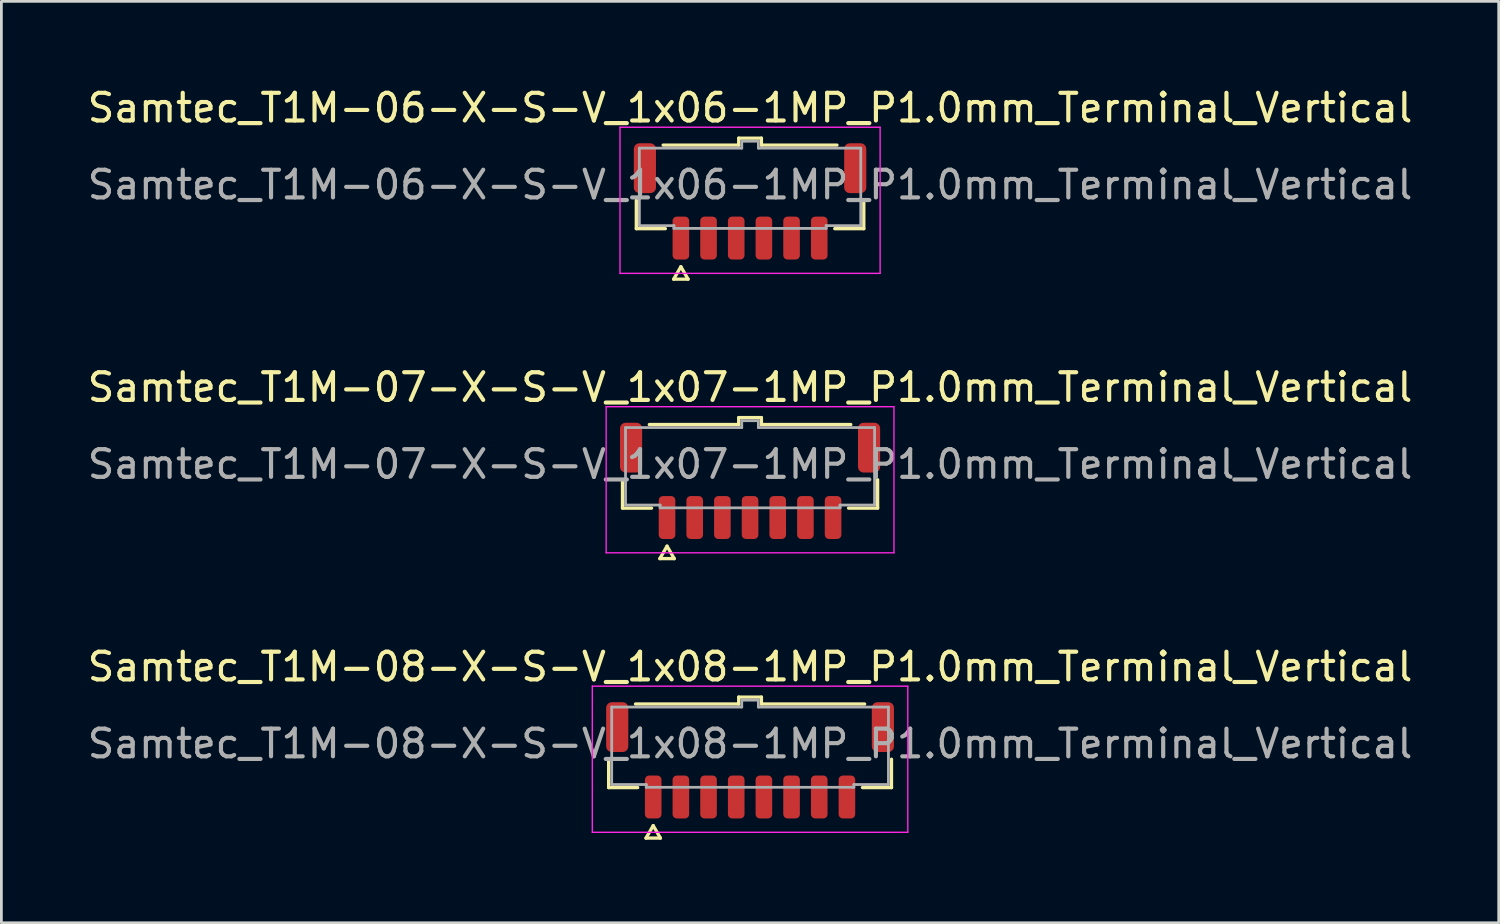
<source format=kicad_pcb>
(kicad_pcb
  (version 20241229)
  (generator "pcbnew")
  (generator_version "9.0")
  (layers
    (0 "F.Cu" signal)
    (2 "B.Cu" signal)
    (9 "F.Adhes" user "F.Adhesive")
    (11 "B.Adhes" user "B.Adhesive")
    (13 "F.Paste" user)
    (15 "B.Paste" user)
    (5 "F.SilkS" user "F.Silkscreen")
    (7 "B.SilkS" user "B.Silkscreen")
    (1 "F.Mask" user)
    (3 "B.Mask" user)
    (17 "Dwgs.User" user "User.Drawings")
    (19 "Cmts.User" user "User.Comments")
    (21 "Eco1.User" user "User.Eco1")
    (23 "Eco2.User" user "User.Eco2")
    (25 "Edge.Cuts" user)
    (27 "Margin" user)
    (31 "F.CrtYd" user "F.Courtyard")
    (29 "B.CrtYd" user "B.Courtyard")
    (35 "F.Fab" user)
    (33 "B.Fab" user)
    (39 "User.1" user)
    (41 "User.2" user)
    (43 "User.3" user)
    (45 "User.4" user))
  (footprint "Samtec_T1M-06-X-S-V_1x06-1MP_P1.0mm_Terminal_Vertical"
    (layer "F.Cu")
    (at 24.054 3.628)
    (property "Reference" "Samtec_T1M-06-X-S-V_1x06-1MP_P1.0mm_Terminal_Vertical" (at 0 -2.78 0) (layer "F.SilkS") (effects (font (size 1 1) (thickness 0.15))))
    (attr smd)
    (fp_line (start -4.11 1.585) (end -4.11 0.56) (stroke (width 0.12) (type solid)) (layer "F.SilkS"))
    (fp_line (start -3.14 -1.435) (end -0.41 -1.435) (stroke (width 0.12) (type solid)) (layer "F.SilkS"))
    (fp_line (start -3.06 1.585) (end -4.11 1.585) (stroke (width 0.12) (type solid)) (layer "F.SilkS"))
    (fp_line (start -2.76 3.41) (end -2.5 2.96) (stroke (width 0.12) (type solid)) (layer "F.SilkS"))
    (fp_line (start -2.5 2.96) (end -2.24 3.41) (stroke (width 0.12) (type solid)) (layer "F.SilkS"))
    (fp_line (start -2.24 3.41) (end -2.76 3.41) (stroke (width 0.12) (type solid)) (layer "F.SilkS"))
    (fp_line (start -0.41 -1.685) (end 0.41 -1.685) (stroke (width 0.12) (type solid)) (layer "F.SilkS"))
    (fp_line (start -0.41 -1.435) (end -0.41 -1.685) (stroke (width 0.12) (type solid)) (layer "F.SilkS"))
    (fp_line (start 0.41 -1.685) (end 0.41 -1.435) (stroke (width 0.12) (type solid)) (layer "F.SilkS"))
    (fp_line (start 0.41 -1.435) (end 3.14 -1.435) (stroke (width 0.12) (type solid)) (layer "F.SilkS"))
    (fp_line (start 4.11 0.56) (end 4.11 1.585) (stroke (width 0.12) (type solid)) (layer "F.SilkS"))
    (fp_line (start 4.11 1.585) (end 3.06 1.585) (stroke (width 0.12) (type solid)) (layer "F.SilkS"))
    (fp_line (start -4.7 -2.08) (end -4.7 3.2) (stroke (width 0.05) (type solid)) (layer "F.CrtYd"))
    (fp_line (start -4.7 3.2) (end 4.7 3.2) (stroke (width 0.05) (type solid)) (layer "F.CrtYd"))
    (fp_line (start 4.7 -2.08) (end -4.7 -2.08) (stroke (width 0.05) (type solid)) (layer "F.CrtYd"))
    (fp_line (start 4.7 3.2) (end 4.7 -2.08) (stroke (width 0.05) (type solid)) (layer "F.CrtYd"))
    (fp_line (start -4 -1.325) (end -0.3 -1.325) (stroke (width 0.1) (type solid)) (layer "F.Fab"))
    (fp_line (start -4 1.475) (end -4 -1.325) (stroke (width 0.1) (type solid)) (layer "F.Fab"))
    (fp_line (start -2.75 1.475) (end -4 1.475) (stroke (width 0.1) (type solid)) (layer "F.Fab"))
    (fp_line (start -2.75 1.575) (end -2.75 1.475) (stroke (width 0.1) (type solid)) (layer "F.Fab"))
    (fp_line (start -0.3 -1.575) (end 0.3 -1.575) (stroke (width 0.1) (type solid)) (layer "F.Fab"))
    (fp_line (start -0.3 -1.325) (end -0.3 -1.575) (stroke (width 0.1) (type solid)) (layer "F.Fab"))
    (fp_line (start 0.3 -1.575) (end 0.3 -1.325) (stroke (width 0.1) (type solid)) (layer "F.Fab"))
    (fp_line (start 0.3 -1.325) (end 4 -1.325) (stroke (width 0.1) (type solid)) (layer "F.Fab"))
    (fp_line (start 2.75 1.475) (end 2.75 1.575) (stroke (width 0.1) (type solid)) (layer "F.Fab"))
    (fp_line (start 2.75 1.575) (end -2.75 1.575) (stroke (width 0.1) (type solid)) (layer "F.Fab"))
    (fp_line (start 4 -1.325) (end 4 1.475) (stroke (width 0.1) (type solid)) (layer "F.Fab"))
    (fp_line (start 4 1.475) (end 2.75 1.475) (stroke (width 0.1) (type solid)) (layer "F.Fab"))
    (fp_text user "${REFERENCE}" (at 0 0 0) (layer "F.Fab") (effects (font (size 1 1) (thickness 0.15))))
    (pad "1" smd roundrect (at -2.5 1.925) (size 0.6 1.55) (layers "F.Cu" "F.Mask" "F.Paste") (roundrect_rratio 0.25))
    (pad "2" smd roundrect (at -1.5 1.925) (size 0.6 1.55) (layers "F.Cu" "F.Mask" "F.Paste") (roundrect_rratio 0.25))
    (pad "3" smd roundrect (at -0.5 1.925) (size 0.6 1.55) (layers "F.Cu" "F.Mask" "F.Paste") (roundrect_rratio 0.25))
    (pad "4" smd roundrect (at 0.5 1.925) (size 0.6 1.55) (layers "F.Cu" "F.Mask" "F.Paste") (roundrect_rratio 0.25))
    (pad "5" smd roundrect (at 1.5 1.925) (size 0.6 1.55) (layers "F.Cu" "F.Mask" "F.Paste") (roundrect_rratio 0.25))
    (pad "6" smd roundrect (at 2.5 1.925) (size 0.6 1.55) (layers "F.Cu" "F.Mask" "F.Paste") (roundrect_rratio 0.25))
    (pad "MP" smd roundrect (at -3.8 -0.6) (size 0.8 1.8) (layers "F.Cu" "F.Mask" "F.Paste") (roundrect_rratio 0.25))
    (pad "MP" smd roundrect (at 3.8 -0.6) (size 0.8 1.8) (layers "F.Cu" "F.Mask" "F.Paste") (roundrect_rratio 0.25)))
  (footprint "Samtec_T1M-07-X-S-V_1x07-1MP_P1.0mm_Terminal_Vertical"
    (layer "F.Cu")
    (at 24.054 13.726)
    (property "Reference" "Samtec_T1M-07-X-S-V_1x07-1MP_P1.0mm_Terminal_Vertical" (at 0 -2.78 0) (layer "F.SilkS") (effects (font (size 1 1) (thickness 0.15))))
    (attr smd)
    (fp_line (start -4.61 1.585) (end -4.61 0.56) (stroke (width 0.12) (type solid)) (layer "F.SilkS"))
    (fp_line (start -3.64 -1.435) (end -0.41 -1.435) (stroke (width 0.12) (type solid)) (layer "F.SilkS"))
    (fp_line (start -3.56 1.585) (end -4.61 1.585) (stroke (width 0.12) (type solid)) (layer "F.SilkS"))
    (fp_line (start -3.26 3.41) (end -3 2.96) (stroke (width 0.12) (type solid)) (layer "F.SilkS"))
    (fp_line (start -3 2.96) (end -2.74 3.41) (stroke (width 0.12) (type solid)) (layer "F.SilkS"))
    (fp_line (start -2.74 3.41) (end -3.26 3.41) (stroke (width 0.12) (type solid)) (layer "F.SilkS"))
    (fp_line (start -0.41 -1.685) (end 0.41 -1.685) (stroke (width 0.12) (type solid)) (layer "F.SilkS"))
    (fp_line (start -0.41 -1.435) (end -0.41 -1.685) (stroke (width 0.12) (type solid)) (layer "F.SilkS"))
    (fp_line (start 0.41 -1.685) (end 0.41 -1.435) (stroke (width 0.12) (type solid)) (layer "F.SilkS"))
    (fp_line (start 0.41 -1.435) (end 3.64 -1.435) (stroke (width 0.12) (type solid)) (layer "F.SilkS"))
    (fp_line (start 4.61 0.56) (end 4.61 1.585) (stroke (width 0.12) (type solid)) (layer "F.SilkS"))
    (fp_line (start 4.61 1.585) (end 3.56 1.585) (stroke (width 0.12) (type solid)) (layer "F.SilkS"))
    (fp_line (start -5.2 -2.08) (end -5.2 3.2) (stroke (width 0.05) (type solid)) (layer "F.CrtYd"))
    (fp_line (start -5.2 3.2) (end 5.2 3.2) (stroke (width 0.05) (type solid)) (layer "F.CrtYd"))
    (fp_line (start 5.2 -2.08) (end -5.2 -2.08) (stroke (width 0.05) (type solid)) (layer "F.CrtYd"))
    (fp_line (start 5.2 3.2) (end 5.2 -2.08) (stroke (width 0.05) (type solid)) (layer "F.CrtYd"))
    (fp_line (start -4.5 -1.325) (end -0.3 -1.325) (stroke (width 0.1) (type solid)) (layer "F.Fab"))
    (fp_line (start -4.5 1.475) (end -4.5 -1.325) (stroke (width 0.1) (type solid)) (layer "F.Fab"))
    (fp_line (start -3.25 1.475) (end -4.5 1.475) (stroke (width 0.1) (type solid)) (layer "F.Fab"))
    (fp_line (start -3.25 1.575) (end -3.25 1.475) (stroke (width 0.1) (type solid)) (layer "F.Fab"))
    (fp_line (start -0.3 -1.575) (end 0.3 -1.575) (stroke (width 0.1) (type solid)) (layer "F.Fab"))
    (fp_line (start -0.3 -1.325) (end -0.3 -1.575) (stroke (width 0.1) (type solid)) (layer "F.Fab"))
    (fp_line (start 0.3 -1.575) (end 0.3 -1.325) (stroke (width 0.1) (type solid)) (layer "F.Fab"))
    (fp_line (start 0.3 -1.325) (end 4.5 -1.325) (stroke (width 0.1) (type solid)) (layer "F.Fab"))
    (fp_line (start 3.25 1.475) (end 3.25 1.575) (stroke (width 0.1) (type solid)) (layer "F.Fab"))
    (fp_line (start 3.25 1.575) (end -3.25 1.575) (stroke (width 0.1) (type solid)) (layer "F.Fab"))
    (fp_line (start 4.5 -1.325) (end 4.5 1.475) (stroke (width 0.1) (type solid)) (layer "F.Fab"))
    (fp_line (start 4.5 1.475) (end 3.25 1.475) (stroke (width 0.1) (type solid)) (layer "F.Fab"))
    (fp_text user "${REFERENCE}" (at 0 0 0) (layer "F.Fab") (effects (font (size 1 1) (thickness 0.15))))
    (pad "1" smd roundrect (at -3 1.925) (size 0.6 1.55) (layers "F.Cu" "F.Mask" "F.Paste") (roundrect_rratio 0.25))
    (pad "2" smd roundrect (at -2 1.925) (size 0.6 1.55) (layers "F.Cu" "F.Mask" "F.Paste") (roundrect_rratio 0.25))
    (pad "3" smd roundrect (at -1 1.925) (size 0.6 1.55) (layers "F.Cu" "F.Mask" "F.Paste") (roundrect_rratio 0.25))
    (pad "4" smd roundrect (at 0 1.925) (size 0.6 1.55) (layers "F.Cu" "F.Mask" "F.Paste") (roundrect_rratio 0.25))
    (pad "5" smd roundrect (at 1 1.925) (size 0.6 1.55) (layers "F.Cu" "F.Mask" "F.Paste") (roundrect_rratio 0.25))
    (pad "6" smd roundrect (at 2 1.925) (size 0.6 1.55) (layers "F.Cu" "F.Mask" "F.Paste") (roundrect_rratio 0.25))
    (pad "7" smd roundrect (at 3 1.925) (size 0.6 1.55) (layers "F.Cu" "F.Mask" "F.Paste") (roundrect_rratio 0.25))
    (pad "MP" smd roundrect (at -4.3 -0.6) (size 0.8 1.8) (layers "F.Cu" "F.Mask" "F.Paste") (roundrect_rratio 0.25))
    (pad "MP" smd roundrect (at 4.3 -0.6) (size 0.8 1.8) (layers "F.Cu" "F.Mask" "F.Paste") (roundrect_rratio 0.25)))
  (footprint "Samtec_T1M-08-X-S-V_1x08-1MP_P1.0mm_Terminal_Vertical"
    (layer "F.Cu")
    (at 24.054 23.825)
    (property "Reference" "Samtec_T1M-08-X-S-V_1x08-1MP_P1.0mm_Terminal_Vertical" (at 0 -2.78 0) (layer "F.SilkS") (effects (font (size 1 1) (thickness 0.15))))
    (attr smd)
    (fp_line (start -5.11 1.585) (end -5.11 0.56) (stroke (width 0.12) (type solid)) (layer "F.SilkS"))
    (fp_line (start -4.14 -1.435) (end -0.41 -1.435) (stroke (width 0.12) (type solid)) (layer "F.SilkS"))
    (fp_line (start -4.06 1.585) (end -5.11 1.585) (stroke (width 0.12) (type solid)) (layer "F.SilkS"))
    (fp_line (start -3.76 3.41) (end -3.5 2.96) (stroke (width 0.12) (type solid)) (layer "F.SilkS"))
    (fp_line (start -3.5 2.96) (end -3.24 3.41) (stroke (width 0.12) (type solid)) (layer "F.SilkS"))
    (fp_line (start -3.24 3.41) (end -3.76 3.41) (stroke (width 0.12) (type solid)) (layer "F.SilkS"))
    (fp_line (start -0.41 -1.685) (end 0.41 -1.685) (stroke (width 0.12) (type solid)) (layer "F.SilkS"))
    (fp_line (start -0.41 -1.435) (end -0.41 -1.685) (stroke (width 0.12) (type solid)) (layer "F.SilkS"))
    (fp_line (start 0.41 -1.685) (end 0.41 -1.435) (stroke (width 0.12) (type solid)) (layer "F.SilkS"))
    (fp_line (start 0.41 -1.435) (end 4.14 -1.435) (stroke (width 0.12) (type solid)) (layer "F.SilkS"))
    (fp_line (start 5.11 0.56) (end 5.11 1.585) (stroke (width 0.12) (type solid)) (layer "F.SilkS"))
    (fp_line (start 5.11 1.585) (end 4.06 1.585) (stroke (width 0.12) (type solid)) (layer "F.SilkS"))
    (fp_line (start -5.7 -2.08) (end -5.7 3.2) (stroke (width 0.05) (type solid)) (layer "F.CrtYd"))
    (fp_line (start -5.7 3.2) (end 5.7 3.2) (stroke (width 0.05) (type solid)) (layer "F.CrtYd"))
    (fp_line (start 5.7 -2.08) (end -5.7 -2.08) (stroke (width 0.05) (type solid)) (layer "F.CrtYd"))
    (fp_line (start 5.7 3.2) (end 5.7 -2.08) (stroke (width 0.05) (type solid)) (layer "F.CrtYd"))
    (fp_line (start -5 -1.325) (end -0.3 -1.325) (stroke (width 0.1) (type solid)) (layer "F.Fab"))
    (fp_line (start -5 1.475) (end -5 -1.325) (stroke (width 0.1) (type solid)) (layer "F.Fab"))
    (fp_line (start -3.75 1.475) (end -5 1.475) (stroke (width 0.1) (type solid)) (layer "F.Fab"))
    (fp_line (start -3.75 1.575) (end -3.75 1.475) (stroke (width 0.1) (type solid)) (layer "F.Fab"))
    (fp_line (start -0.3 -1.575) (end 0.3 -1.575) (stroke (width 0.1) (type solid)) (layer "F.Fab"))
    (fp_line (start -0.3 -1.325) (end -0.3 -1.575) (stroke (width 0.1) (type solid)) (layer "F.Fab"))
    (fp_line (start 0.3 -1.575) (end 0.3 -1.325) (stroke (width 0.1) (type solid)) (layer "F.Fab"))
    (fp_line (start 0.3 -1.325) (end 5 -1.325) (stroke (width 0.1) (type solid)) (layer "F.Fab"))
    (fp_line (start 3.75 1.475) (end 3.75 1.575) (stroke (width 0.1) (type solid)) (layer "F.Fab"))
    (fp_line (start 3.75 1.575) (end -3.75 1.575) (stroke (width 0.1) (type solid)) (layer "F.Fab"))
    (fp_line (start 5 -1.325) (end 5 1.475) (stroke (width 0.1) (type solid)) (layer "F.Fab"))
    (fp_line (start 5 1.475) (end 3.75 1.475) (stroke (width 0.1) (type solid)) (layer "F.Fab"))
    (fp_text user "${REFERENCE}" (at 0 0 0) (layer "F.Fab") (effects (font (size 1 1) (thickness 0.15))))
    (pad "1" smd roundrect (at -3.5 1.925) (size 0.6 1.55) (layers "F.Cu" "F.Mask" "F.Paste") (roundrect_rratio 0.25))
    (pad "2" smd roundrect (at -2.5 1.925) (size 0.6 1.55) (layers "F.Cu" "F.Mask" "F.Paste") (roundrect_rratio 0.25))
    (pad "3" smd roundrect (at -1.5 1.925) (size 0.6 1.55) (layers "F.Cu" "F.Mask" "F.Paste") (roundrect_rratio 0.25))
    (pad "4" smd roundrect (at -0.5 1.925) (size 0.6 1.55) (layers "F.Cu" "F.Mask" "F.Paste") (roundrect_rratio 0.25))
    (pad "5" smd roundrect (at 0.5 1.925) (size 0.6 1.55) (layers "F.Cu" "F.Mask" "F.Paste") (roundrect_rratio 0.25))
    (pad "6" smd roundrect (at 1.5 1.925) (size 0.6 1.55) (layers "F.Cu" "F.Mask" "F.Paste") (roundrect_rratio 0.25))
    (pad "7" smd roundrect (at 2.5 1.925) (size 0.6 1.55) (layers "F.Cu" "F.Mask" "F.Paste") (roundrect_rratio 0.25))
    (pad "8" smd roundrect (at 3.5 1.925) (size 0.6 1.55) (layers "F.Cu" "F.Mask" "F.Paste") (roundrect_rratio 0.25))
    (pad "MP" smd roundrect (at -4.8 -0.6) (size 0.8 1.8) (layers "F.Cu" "F.Mask" "F.Paste") (roundrect_rratio 0.25))
    (pad "MP" smd roundrect (at 4.8 -0.6) (size 0.8 1.8) (layers "F.Cu" "F.Mask" "F.Paste") (roundrect_rratio 0.25)))
  (gr_rect
    (start -3 -3)
    (end 51.107 30.295)
    (stroke (width 0.1) (type default))
    (fill no)
    (layer "Edge.Cuts")))
</source>
